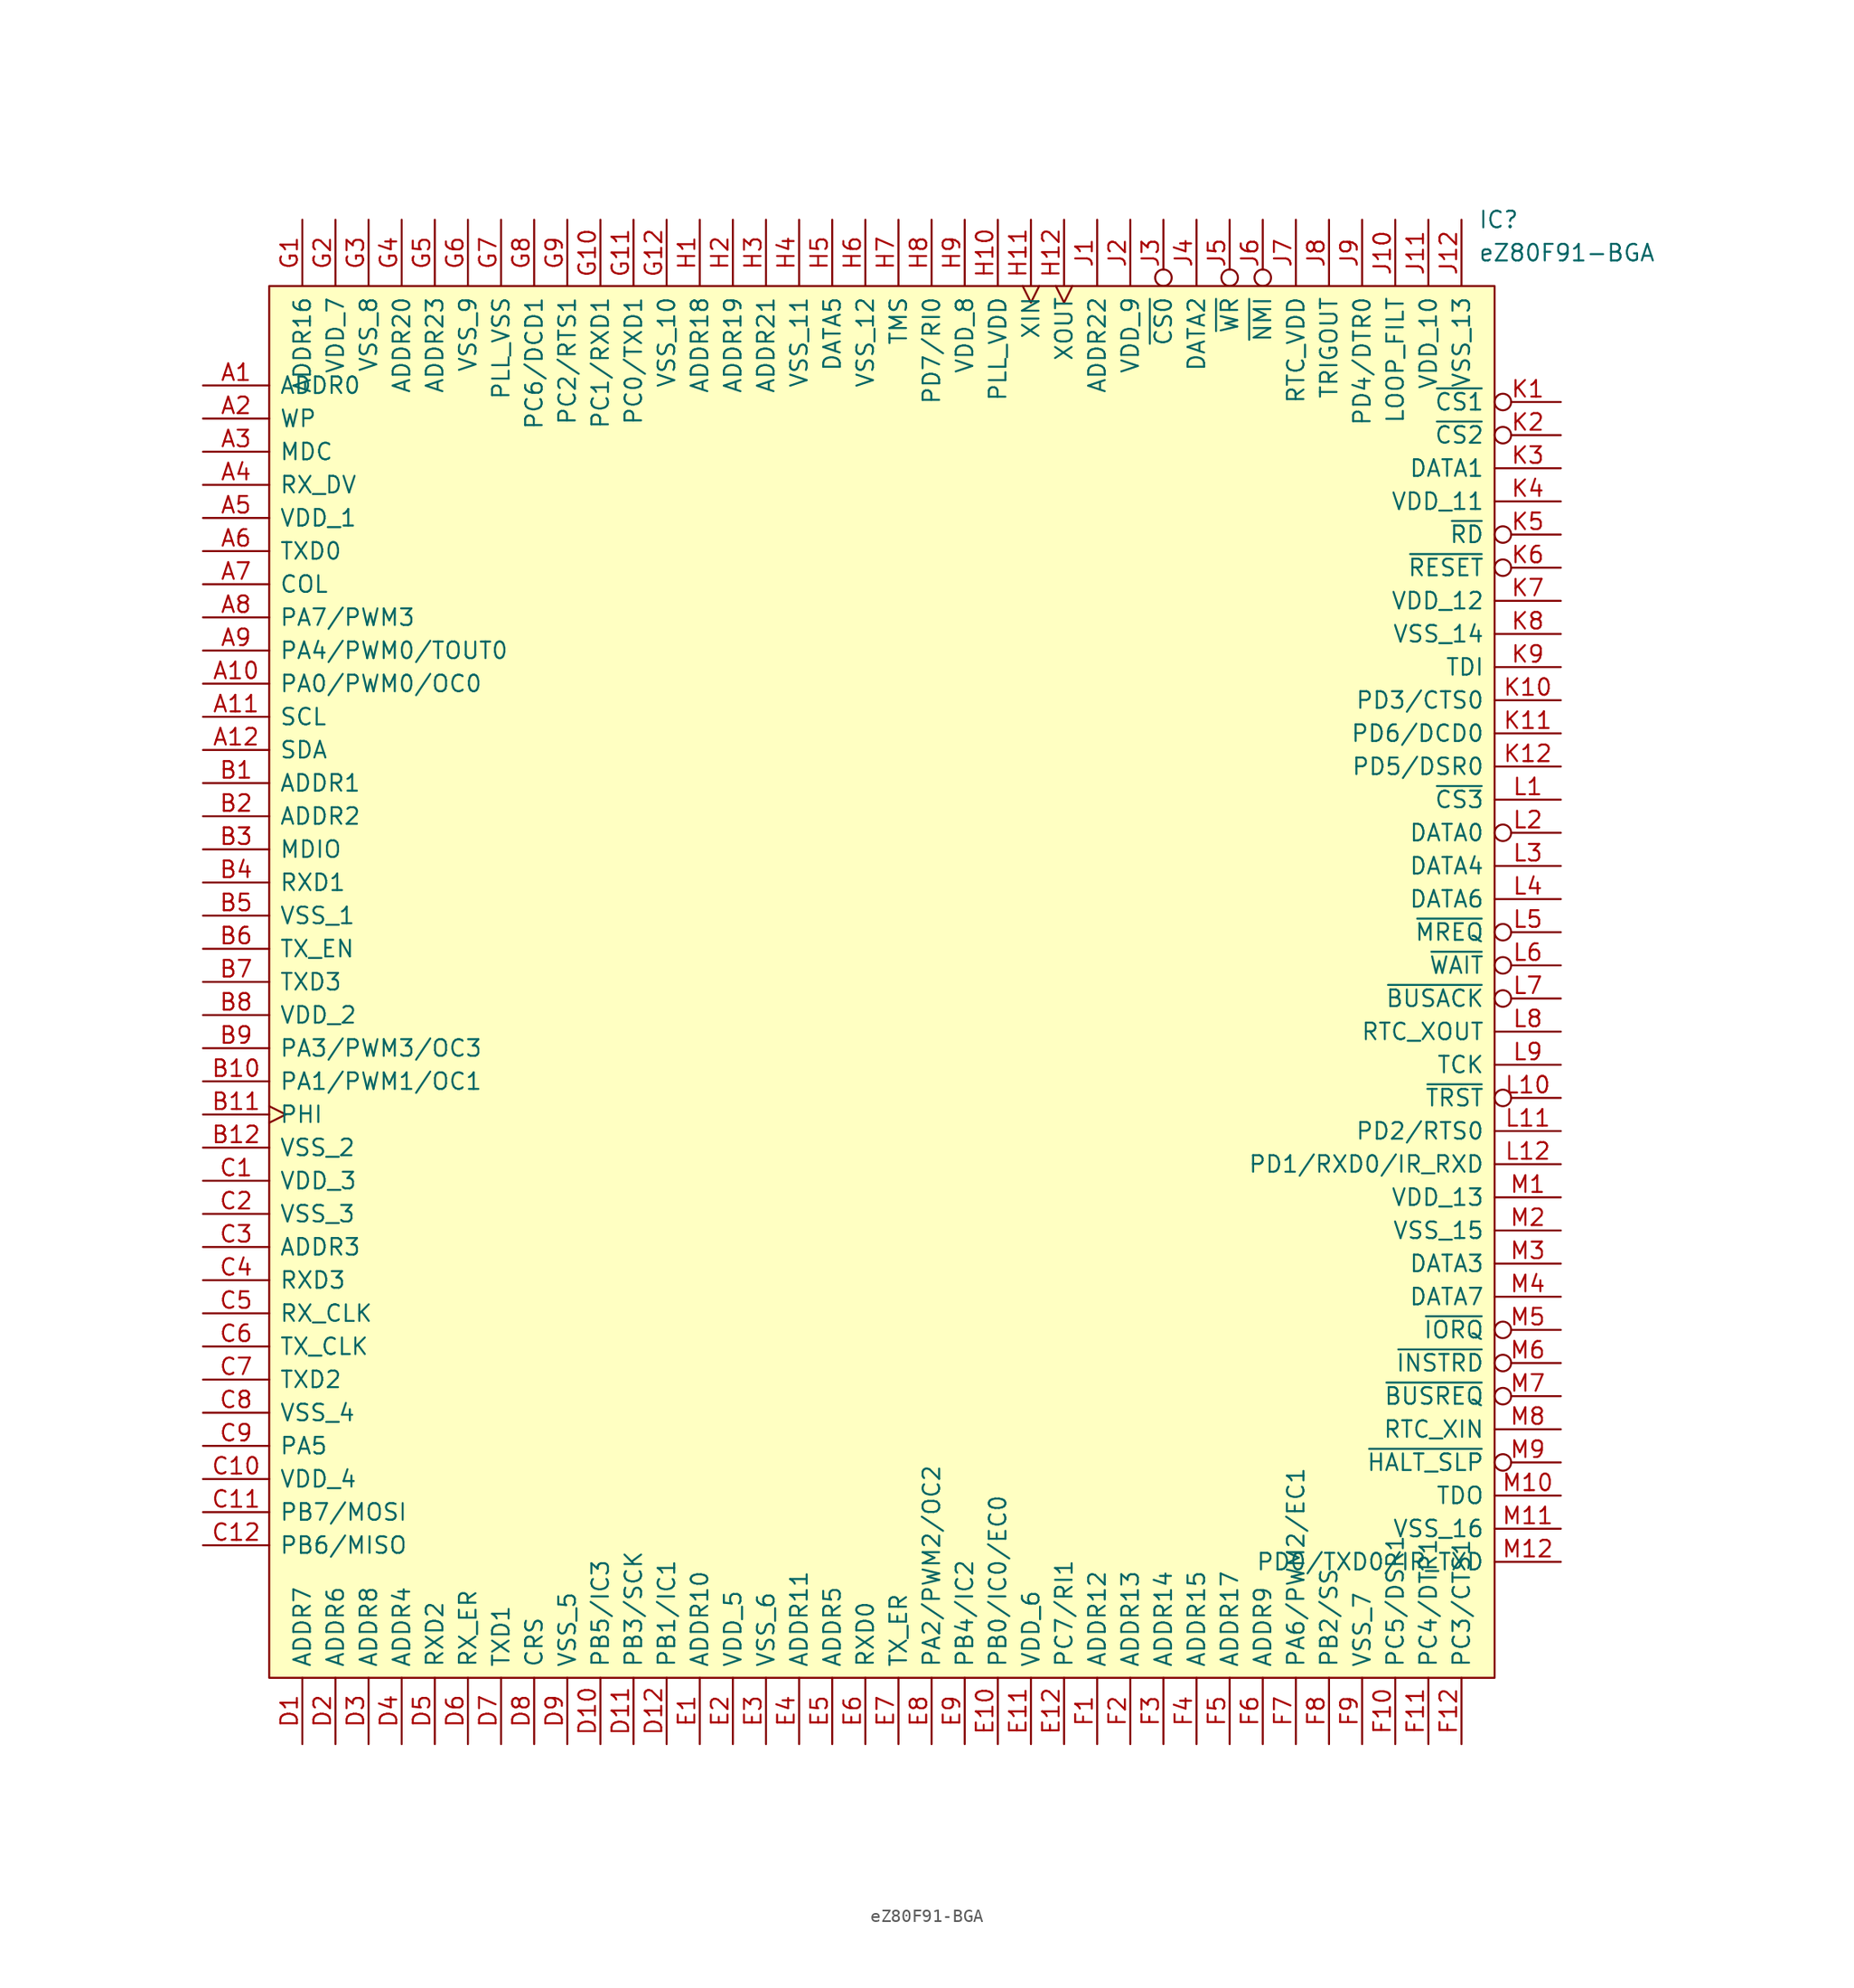
<source format=kicad_sym>
(kicad_symbol_lib
  (version 20211014)
  (generator kicad_symbol_editor)
  (symbol "eZ80F91-BGA"
    (pin_names
      (offset 0.762))
    (property "Reference" "IC"
      (at 92.71 5.08 0)
      (effects (font (size 1.27 1.27)) (justify left)))
    (property "Value" "eZ80F91-BGA"
      (at 92.71 2.54 0)
      (effects (font (size 1.27 1.27)) (justify left)))
    (symbol "eZ80F91-BGA_0_0"
      (pin bidirectional line (at -5.08 -7.62 0) (length 5.08) (name "ADDR0" (effects (font (size 1.27 1.27)))) (number "A1" (effects (font (size 1.27 1.27)))))
      (pin bidirectional line (at -5.08 -30.48 0) (length 5.08) (name "PA0/PWM0/OC0" (effects (font (size 1.27 1.27)))) (number "A10" (effects (font (size 1.27 1.27)))))
      (pin bidirectional line (at -5.08 -33.02 0) (length 5.08) (name "SCL" (effects (font (size 1.27 1.27)))) (number "A11" (effects (font (size 1.27 1.27)))))
      (pin bidirectional line (at -5.08 -35.56 0) (length 5.08) (name "SDA" (effects (font (size 1.27 1.27)))) (number "A12" (effects (font (size 1.27 1.27)))))
      (pin bidirectional line (at -5.08 -10.16 0) (length 5.08) (name "WP" (effects (font (size 1.27 1.27)))) (number "A2" (effects (font (size 1.27 1.27)))))
      (pin output line (at -5.08 -12.7 0) (length 5.08) (name "MDC" (effects (font (size 1.27 1.27)))) (number "A3" (effects (font (size 1.27 1.27)))))
      (pin input line (at -5.08 -15.24 0) (length 5.08) (name "RX_DV" (effects (font (size 1.27 1.27)))) (number "A4" (effects (font (size 1.27 1.27)))))
      (pin power_in line (at -5.08 -17.78 0) (length 5.08) (name "VDD_1" (effects (font (size 1.27 1.27)))) (number "A5" (effects (font (size 1.27 1.27)))))
      (pin output line (at -5.08 -20.32 0) (length 5.08) (name "TXD0" (effects (font (size 1.27 1.27)))) (number "A6" (effects (font (size 1.27 1.27)))))
      (pin input line (at -5.08 -22.86 0) (length 5.08) (name "COL" (effects (font (size 1.27 1.27)))) (number "A7" (effects (font (size 1.27 1.27)))))
      (pin bidirectional line (at -5.08 -25.4 0) (length 5.08) (name "PA7/PWM3" (effects (font (size 1.27 1.27)))) (number "A8" (effects (font (size 1.27 1.27)))))
      (pin bidirectional line (at -5.08 -27.94 0) (length 5.08) (name "PA4/PWM0/TOUT0" (effects (font (size 1.27 1.27)))) (number "A9" (effects (font (size 1.27 1.27)))))
      (pin bidirectional line (at -5.08 -38.1 0) (length 5.08) (name "ADDR1" (effects (font (size 1.27 1.27)))) (number "B1" (effects (font (size 1.27 1.27)))))
      (pin bidirectional line (at -5.08 -60.96 0) (length 5.08) (name "PA1/PWM1/OC1" (effects (font (size 1.27 1.27)))) (number "B10" (effects (font (size 1.27 1.27)))))
      (pin output clock (at -5.08 -63.5 0) (length 5.08) (name "PHI" (effects (font (size 1.27 1.27)))) (number "B11" (effects (font (size 1.27 1.27)))))
      (pin power_in line (at -5.08 -66.04 0) (length 5.08) (name "VSS_2" (effects (font (size 1.27 1.27)))) (number "B12" (effects (font (size 1.27 1.27)))))
      (pin bidirectional line (at -5.08 -40.64 0) (length 5.08) (name "ADDR2" (effects (font (size 1.27 1.27)))) (number "B2" (effects (font (size 1.27 1.27)))))
      (pin bidirectional line (at -5.08 -43.18 0) (length 5.08) (name "MDIO" (effects (font (size 1.27 1.27)))) (number "B3" (effects (font (size 1.27 1.27)))))
      (pin input line (at -5.08 -45.72 0) (length 5.08) (name "RXD1" (effects (font (size 1.27 1.27)))) (number "B4" (effects (font (size 1.27 1.27)))))
      (pin power_in line (at -5.08 -48.26 0) (length 5.08) (name "VSS_1" (effects (font (size 1.27 1.27)))) (number "B5" (effects (font (size 1.27 1.27)))))
      (pin output line (at -5.08 -50.8 0) (length 5.08) (name "TX_EN" (effects (font (size 1.27 1.27)))) (number "B6" (effects (font (size 1.27 1.27)))))
      (pin output line (at -5.08 -53.34 0) (length 5.08) (name "TXD3" (effects (font (size 1.27 1.27)))) (number "B7" (effects (font (size 1.27 1.27)))))
      (pin power_in line (at -5.08 -55.88 0) (length 5.08) (name "VDD_2" (effects (font (size 1.27 1.27)))) (number "B8" (effects (font (size 1.27 1.27)))))
      (pin bidirectional line (at -5.08 -58.42 0) (length 5.08) (name "PA3/PWM3/OC3" (effects (font (size 1.27 1.27)))) (number "B9" (effects (font (size 1.27 1.27)))))
      (pin power_in line (at -5.08 -68.58 0) (length 5.08) (name "VDD_3" (effects (font (size 1.27 1.27)))) (number "C1" (effects (font (size 1.27 1.27)))))
      (pin power_in line (at -5.08 -91.44 0) (length 5.08) (name "VDD_4" (effects (font (size 1.27 1.27)))) (number "C10" (effects (font (size 1.27 1.27)))))
      (pin bidirectional line (at -5.08 -93.98 0) (length 5.08) (name "PB7/MOSI" (effects (font (size 1.27 1.27)))) (number "C11" (effects (font (size 1.27 1.27)))))
      (pin bidirectional line (at -5.08 -96.52 0) (length 5.08) (name "PB6/MISO" (effects (font (size 1.27 1.27)))) (number "C12" (effects (font (size 1.27 1.27)))))
      (pin power_in line (at -5.08 -71.12 0) (length 5.08) (name "VSS_3" (effects (font (size 1.27 1.27)))) (number "C2" (effects (font (size 1.27 1.27)))))
      (pin bidirectional line (at -5.08 -73.66 0) (length 5.08) (name "ADDR3" (effects (font (size 1.27 1.27)))) (number "C3" (effects (font (size 1.27 1.27)))))
      (pin input line (at -5.08 -76.2 0) (length 5.08) (name "RXD3" (effects (font (size 1.27 1.27)))) (number "C4" (effects (font (size 1.27 1.27)))))
      (pin input line (at -5.08 -78.74 0) (length 5.08) (name "RX_CLK" (effects (font (size 1.27 1.27)))) (number "C5" (effects (font (size 1.27 1.27)))))
      (pin input line (at -5.08 -81.28 0) (length 5.08) (name "TX_CLK" (effects (font (size 1.27 1.27)))) (number "C6" (effects (font (size 1.27 1.27)))))
      (pin output line (at -5.08 -83.82 0) (length 5.08) (name "TXD2" (effects (font (size 1.27 1.27)))) (number "C7" (effects (font (size 1.27 1.27)))))
      (pin power_in line (at -5.08 -86.36 0) (length 5.08) (name "VSS_4" (effects (font (size 1.27 1.27)))) (number "C8" (effects (font (size 1.27 1.27)))))
      (pin bidirectional line (at -5.08 -88.9 0) (length 5.08) (name "PA5" (effects (font (size 1.27 1.27)))) (number "C9" (effects (font (size 1.27 1.27)))))
      (pin bidirectional line (at 2.54 -111.76 90) (length 5.08) (name "ADDR7" (effects (font (size 1.27 1.27)))) (number "D1" (effects (font (size 1.27 1.27)))))
      (pin bidirectional line (at 25.4 -111.76 90) (length 5.08) (name "PB5/IC3" (effects (font (size 1.27 1.27)))) (number "D10" (effects (font (size 1.27 1.27)))))
      (pin bidirectional line (at 27.94 -111.76 90) (length 5.08) (name "PB3/SCK" (effects (font (size 1.27 1.27)))) (number "D11" (effects (font (size 1.27 1.27)))))
      (pin bidirectional line (at 30.48 -111.76 90) (length 5.08) (name "PB1/IC1" (effects (font (size 1.27 1.27)))) (number "D12" (effects (font (size 1.27 1.27)))))
      (pin bidirectional line (at 5.08 -111.76 90) (length 5.08) (name "ADDR6" (effects (font (size 1.27 1.27)))) (number "D2" (effects (font (size 1.27 1.27)))))
      (pin bidirectional line (at 7.62 -111.76 90) (length 5.08) (name "ADDR8" (effects (font (size 1.27 1.27)))) (number "D3" (effects (font (size 1.27 1.27)))))
      (pin bidirectional line (at 10.16 -111.76 90) (length 5.08) (name "ADDR4" (effects (font (size 1.27 1.27)))) (number "D4" (effects (font (size 1.27 1.27)))))
      (pin input line (at 12.7 -111.76 90) (length 5.08) (name "RXD2" (effects (font (size 1.27 1.27)))) (number "D5" (effects (font (size 1.27 1.27)))))
      (pin input line (at 15.24 -111.76 90) (length 5.08) (name "RX_ER" (effects (font (size 1.27 1.27)))) (number "D6" (effects (font (size 1.27 1.27)))))
      (pin output line (at 17.78 -111.76 90) (length 5.08) (name "TXD1" (effects (font (size 1.27 1.27)))) (number "D7" (effects (font (size 1.27 1.27)))))
      (pin input line (at 20.32 -111.76 90) (length 5.08) (name "CRS" (effects (font (size 1.27 1.27)))) (number "D8" (effects (font (size 1.27 1.27)))))
      (pin power_in line (at 22.86 -111.76 90) (length 5.08) (name "VSS_5" (effects (font (size 1.27 1.27)))) (number "D9" (effects (font (size 1.27 1.27)))))
      (pin bidirectional line (at 33.02 -111.76 90) (length 5.08) (name "ADDR10" (effects (font (size 1.27 1.27)))) (number "E1" (effects (font (size 1.27 1.27)))))
      (pin bidirectional line (at 55.88 -111.76 90) (length 5.08) (name "PB0/IC0/EC0" (effects (font (size 1.27 1.27)))) (number "E10" (effects (font (size 1.27 1.27)))))
      (pin input line (at 58.42 -111.76 90) (length 5.08) (name "VDD_6" (effects (font (size 1.27 1.27)))) (number "E11" (effects (font (size 1.27 1.27)))))
      (pin bidirectional line (at 60.96 -111.76 90) (length 5.08) (name "PC7/RI1" (effects (font (size 1.27 1.27)))) (number "E12" (effects (font (size 1.27 1.27)))))
      (pin power_in line (at 35.56 -111.76 90) (length 5.08) (name "VDD_5" (effects (font (size 1.27 1.27)))) (number "E2" (effects (font (size 1.27 1.27)))))
      (pin power_in line (at 38.1 -111.76 90) (length 5.08) (name "VSS_6" (effects (font (size 1.27 1.27)))) (number "E3" (effects (font (size 1.27 1.27)))))
      (pin bidirectional line (at 40.64 -111.76 90) (length 5.08) (name "ADDR11" (effects (font (size 1.27 1.27)))) (number "E4" (effects (font (size 1.27 1.27)))))
      (pin bidirectional line (at 43.18 -111.76 90) (length 5.08) (name "ADDR5" (effects (font (size 1.27 1.27)))) (number "E5" (effects (font (size 1.27 1.27)))))
      (pin bidirectional line (at 45.72 -111.76 90) (length 5.08) (name "RXD0" (effects (font (size 1.27 1.27)))) (number "E6" (effects (font (size 1.27 1.27)))))
      (pin output line (at 48.26 -111.76 90) (length 5.08) (name "TX_ER" (effects (font (size 1.27 1.27)))) (number "E7" (effects (font (size 1.27 1.27)))))
      (pin bidirectional line (at 50.8 -111.76 90) (length 5.08) (name "PA2/PWM2/OC2" (effects (font (size 1.27 1.27)))) (number "E8" (effects (font (size 1.27 1.27)))))
      (pin bidirectional line (at 53.34 -111.76 90) (length 5.08) (name "PB4/IC2" (effects (font (size 1.27 1.27)))) (number "E9" (effects (font (size 1.27 1.27)))))
      (pin bidirectional line (at 63.5 -111.76 90) (length 5.08) (name "ADDR12" (effects (font (size 1.27 1.27)))) (number "F1" (effects (font (size 1.27 1.27)))))
      (pin bidirectional line (at 86.36 -111.76 90) (length 5.08) (name "PC5/DSR1" (effects (font (size 1.27 1.27)))) (number "F10" (effects (font (size 1.27 1.27)))))
      (pin bidirectional line (at 88.9 -111.76 90) (length 5.08) (name "PC4/DTR1" (effects (font (size 1.27 1.27)))) (number "F11" (effects (font (size 1.27 1.27)))))
      (pin bidirectional line (at 91.44 -111.76 90) (length 5.08) (name "PC3/CTS1" (effects (font (size 1.27 1.27)))) (number "F12" (effects (font (size 1.27 1.27)))))
      (pin bidirectional line (at 66.04 -111.76 90) (length 5.08) (name "ADDR13" (effects (font (size 1.27 1.27)))) (number "F2" (effects (font (size 1.27 1.27)))))
      (pin bidirectional line (at 68.58 -111.76 90) (length 5.08) (name "ADDR14" (effects (font (size 1.27 1.27)))) (number "F3" (effects (font (size 1.27 1.27)))))
      (pin bidirectional line (at 71.12 -111.76 90) (length 5.08) (name "ADDR15" (effects (font (size 1.27 1.27)))) (number "F4" (effects (font (size 1.27 1.27)))))
      (pin bidirectional line (at 73.66 -111.76 90) (length 5.08) (name "ADDR17" (effects (font (size 1.27 1.27)))) (number "F5" (effects (font (size 1.27 1.27)))))
      (pin bidirectional line (at 76.2 -111.76 90) (length 5.08) (name "ADDR9" (effects (font (size 1.27 1.27)))) (number "F6" (effects (font (size 1.27 1.27)))))
      (pin bidirectional line (at 78.74 -111.76 90) (length 5.08) (name "PA6/PWM2/EC1" (effects (font (size 1.27 1.27)))) (number "F7" (effects (font (size 1.27 1.27)))))
      (pin bidirectional line (at 81.28 -111.76 90) (length 5.08) (name "PB2/SS" (effects (font (size 1.27 1.27)))) (number "F8" (effects (font (size 1.27 1.27)))))
      (pin power_in line (at 83.82 -111.76 90) (length 5.08) (name "VSS_7" (effects (font (size 1.27 1.27)))) (number "F9" (effects (font (size 1.27 1.27)))))
      (pin bidirectional line (at 2.54 5.08 270) (length 5.08) (name "ADDR16" (effects (font (size 1.27 1.27)))) (number "G1" (effects (font (size 1.27 1.27)))))
      (pin bidirectional line (at 25.4 5.08 270) (length 5.08) (name "PC1/RXD1" (effects (font (size 1.27 1.27)))) (number "G10" (effects (font (size 1.27 1.27)))))
      (pin bidirectional line (at 27.94 5.08 270) (length 5.08) (name "PC0/TXD1" (effects (font (size 1.27 1.27)))) (number "G11" (effects (font (size 1.27 1.27)))))
      (pin power_in line (at 30.48 5.08 270) (length 5.08) (name "VSS_10" (effects (font (size 1.27 1.27)))) (number "G12" (effects (font (size 1.27 1.27)))))
      (pin power_in line (at 5.08 5.08 270) (length 5.08) (name "VDD_7" (effects (font (size 1.27 1.27)))) (number "G2" (effects (font (size 1.27 1.27)))))
      (pin power_in line (at 7.62 5.08 270) (length 5.08) (name "VSS_8" (effects (font (size 1.27 1.27)))) (number "G3" (effects (font (size 1.27 1.27)))))
      (pin bidirectional line (at 10.16 5.08 270) (length 5.08) (name "ADDR20" (effects (font (size 1.27 1.27)))) (number "G4" (effects (font (size 1.27 1.27)))))
      (pin bidirectional line (at 12.7 5.08 270) (length 5.08) (name "ADDR23" (effects (font (size 1.27 1.27)))) (number "G5" (effects (font (size 1.27 1.27)))))
      (pin power_in line (at 15.24 5.08 270) (length 5.08) (name "VSS_9" (effects (font (size 1.27 1.27)))) (number "G6" (effects (font (size 1.27 1.27)))))
      (pin bidirectional line (at 17.78 5.08 270) (length 5.08) (name "PLL_VSS" (effects (font (size 1.27 1.27)))) (number "G7" (effects (font (size 1.27 1.27)))))
      (pin bidirectional line (at 20.32 5.08 270) (length 5.08) (name "PC6/DCD1" (effects (font (size 1.27 1.27)))) (number "G8" (effects (font (size 1.27 1.27)))))
      (pin bidirectional line (at 22.86 5.08 270) (length 5.08) (name "PC2/RTS1" (effects (font (size 1.27 1.27)))) (number "G9" (effects (font (size 1.27 1.27)))))
      (pin bidirectional line (at 33.02 5.08 270) (length 5.08) (name "ADDR18" (effects (font (size 1.27 1.27)))) (number "H1" (effects (font (size 1.27 1.27)))))
      (pin power_in line (at 55.88 5.08 270) (length 5.08) (name "PLL_VDD" (effects (font (size 1.27 1.27)))) (number "H10" (effects (font (size 1.27 1.27)))))
      (pin input clock (at 58.42 5.08 270) (length 5.08) (name "XIN" (effects (font (size 1.27 1.27)))) (number "H11" (effects (font (size 1.27 1.27)))))
      (pin output clock (at 60.96 5.08 270) (length 5.08) (name "XOUT" (effects (font (size 1.27 1.27)))) (number "H12" (effects (font (size 1.27 1.27)))))
      (pin bidirectional line (at 35.56 5.08 270) (length 5.08) (name "ADDR19" (effects (font (size 1.27 1.27)))) (number "H2" (effects (font (size 1.27 1.27)))))
      (pin bidirectional line (at 38.1 5.08 270) (length 5.08) (name "ADDR21" (effects (font (size 1.27 1.27)))) (number "H3" (effects (font (size 1.27 1.27)))))
      (pin power_in line (at 40.64 5.08 270) (length 5.08) (name "VSS_11" (effects (font (size 1.27 1.27)))) (number "H4" (effects (font (size 1.27 1.27)))))
      (pin bidirectional line (at 43.18 5.08 270) (length 5.08) (name "DATA5" (effects (font (size 1.27 1.27)))) (number "H5" (effects (font (size 1.27 1.27)))))
      (pin power_in line (at 45.72 5.08 270) (length 5.08) (name "VSS_12" (effects (font (size 1.27 1.27)))) (number "H6" (effects (font (size 1.27 1.27)))))
      (pin input line (at 48.26 5.08 270) (length 5.08) (name "TMS" (effects (font (size 1.27 1.27)))) (number "H7" (effects (font (size 1.27 1.27)))))
      (pin bidirectional line (at 50.8 5.08 270) (length 5.08) (name "PD7/RI0" (effects (font (size 1.27 1.27)))) (number "H8" (effects (font (size 1.27 1.27)))))
      (pin power_in line (at 53.34 5.08 270) (length 5.08) (name "VDD_8" (effects (font (size 1.27 1.27)))) (number "H9" (effects (font (size 1.27 1.27)))))
      (pin bidirectional line (at 63.5 5.08 270) (length 5.08) (name "ADDR22" (effects (font (size 1.27 1.27)))) (number "J1" (effects (font (size 1.27 1.27)))))
      (pin bidirectional line (at 86.36 5.08 270) (length 5.08) (name "LOOP_FILT" (effects (font (size 1.27 1.27)))) (number "J10" (effects (font (size 1.27 1.27)))))
      (pin power_in line (at 88.9 5.08 270) (length 5.08) (name "VDD_10" (effects (font (size 1.27 1.27)))) (number "J11" (effects (font (size 1.27 1.27)))))
      (pin power_in line (at 91.44 5.08 270) (length 5.08) (name "VSS_13" (effects (font (size 1.27 1.27)))) (number "J12" (effects (font (size 1.27 1.27)))))
      (pin power_in line (at 66.04 5.08 270) (length 5.08) (name "VDD_9" (effects (font (size 1.27 1.27)))) (number "J2" (effects (font (size 1.27 1.27)))))
      (pin output inverted (at 68.58 5.08 270) (length 5.08) (name "~{CS0}" (effects (font (size 1.27 1.27)))) (number "J3" (effects (font (size 1.27 1.27)))))
      (pin bidirectional line (at 71.12 5.08 270) (length 5.08) (name "DATA2" (effects (font (size 1.27 1.27)))) (number "J4" (effects (font (size 1.27 1.27)))))
      (pin output inverted (at 73.66 5.08 270) (length 5.08) (name "~{WR}" (effects (font (size 1.27 1.27)))) (number "J5" (effects (font (size 1.27 1.27)))))
      (pin input inverted (at 76.2 5.08 270) (length 5.08) (name "~{NMI}" (effects (font (size 1.27 1.27)))) (number "J6" (effects (font (size 1.27 1.27)))))
      (pin power_in line (at 78.74 5.08 270) (length 5.08) (name "RTC_VDD" (effects (font (size 1.27 1.27)))) (number "J7" (effects (font (size 1.27 1.27)))))
      (pin output line (at 81.28 5.08 270) (length 5.08) (name "TRIGOUT" (effects (font (size 1.27 1.27)))) (number "J8" (effects (font (size 1.27 1.27)))))
      (pin bidirectional line (at 83.82 5.08 270) (length 5.08) (name "PD4/DTR0" (effects (font (size 1.27 1.27)))) (number "J9" (effects (font (size 1.27 1.27)))))
      (pin output inverted (at 99.06 -8.89 180) (length 5.08) (name "~{CS1}" (effects (font (size 1.27 1.27)))) (number "K1" (effects (font (size 1.27 1.27)))))
      (pin bidirectional line (at 99.06 -31.75 180) (length 5.08) (name "PD3/CTS0" (effects (font (size 1.27 1.27)))) (number "K10" (effects (font (size 1.27 1.27)))))
      (pin bidirectional line (at 99.06 -34.29 180) (length 5.08) (name "PD6/DCD0" (effects (font (size 1.27 1.27)))) (number "K11" (effects (font (size 1.27 1.27)))))
      (pin bidirectional line (at 99.06 -36.83 180) (length 5.08) (name "PD5/DSR0" (effects (font (size 1.27 1.27)))) (number "K12" (effects (font (size 1.27 1.27)))))
      (pin output inverted (at 99.06 -11.43 180) (length 5.08) (name "~{CS2}" (effects (font (size 1.27 1.27)))) (number "K2" (effects (font (size 1.27 1.27)))))
      (pin bidirectional line (at 99.06 -13.97 180) (length 5.08) (name "DATA1" (effects (font (size 1.27 1.27)))) (number "K3" (effects (font (size 1.27 1.27)))))
      (pin power_in line (at 99.06 -16.51 180) (length 5.08) (name "VDD_11" (effects (font (size 1.27 1.27)))) (number "K4" (effects (font (size 1.27 1.27)))))
      (pin output inverted (at 99.06 -19.05 180) (length 5.08) (name "~{RD}" (effects (font (size 1.27 1.27)))) (number "K5" (effects (font (size 1.27 1.27)))))
      (pin bidirectional inverted (at 99.06 -21.59 180) (length 5.08) (name "~{RESET}" (effects (font (size 1.27 1.27)))) (number "K6" (effects (font (size 1.27 1.27)))))
      (pin power_in line (at 99.06 -24.13 180) (length 5.08) (name "VDD_12" (effects (font (size 1.27 1.27)))) (number "K7" (effects (font (size 1.27 1.27)))))
      (pin power_in line (at 99.06 -26.67 180) (length 5.08) (name "VSS_14" (effects (font (size 1.27 1.27)))) (number "K8" (effects (font (size 1.27 1.27)))))
      (pin bidirectional line (at 99.06 -29.21 180) (length 5.08) (name "TDI" (effects (font (size 1.27 1.27)))) (number "K9" (effects (font (size 1.27 1.27)))))
      (pin output line (at 99.06 -39.37 180) (length 5.08) (name "~{CS3}" (effects (font (size 1.27 1.27)))) (number "L1" (effects (font (size 1.27 1.27)))))
      (pin input inverted (at 99.06 -62.23 180) (length 5.08) (name "~{TRST}" (effects (font (size 1.27 1.27)))) (number "L10" (effects (font (size 1.27 1.27)))))
      (pin bidirectional line (at 99.06 -64.77 180) (length 5.08) (name "PD2/RTS0" (effects (font (size 1.27 1.27)))) (number "L11" (effects (font (size 1.27 1.27)))))
      (pin bidirectional line (at 99.06 -67.31 180) (length 5.08) (name "PD1/RXD0/IR_RXD" (effects (font (size 1.27 1.27)))) (number "L12" (effects (font (size 1.27 1.27)))))
      (pin bidirectional inverted (at 99.06 -41.91 180) (length 5.08) (name "DATA0" (effects (font (size 1.27 1.27)))) (number "L2" (effects (font (size 1.27 1.27)))))
      (pin bidirectional line (at 99.06 -44.45 180) (length 5.08) (name "DATA4" (effects (font (size 1.27 1.27)))) (number "L3" (effects (font (size 1.27 1.27)))))
      (pin bidirectional line (at 99.06 -46.99 180) (length 5.08) (name "DATA6" (effects (font (size 1.27 1.27)))) (number "L4" (effects (font (size 1.27 1.27)))))
      (pin bidirectional inverted (at 99.06 -49.53 180) (length 5.08) (name "~{MREQ}" (effects (font (size 1.27 1.27)))) (number "L5" (effects (font (size 1.27 1.27)))))
      (pin input inverted (at 99.06 -52.07 180) (length 5.08) (name "~{WAIT}" (effects (font (size 1.27 1.27)))) (number "L6" (effects (font (size 1.27 1.27)))))
      (pin output inverted (at 99.06 -54.61 180) (length 5.08) (name "~{BUSACK}" (effects (font (size 1.27 1.27)))) (number "L7" (effects (font (size 1.27 1.27)))))
      (pin output line (at 99.06 -57.15 180) (length 5.08) (name "RTC_XOUT" (effects (font (size 1.27 1.27)))) (number "L8" (effects (font (size 1.27 1.27)))))
      (pin input line (at 99.06 -59.69 180) (length 5.08) (name "TCK" (effects (font (size 1.27 1.27)))) (number "L9" (effects (font (size 1.27 1.27)))))
      (pin power_in line (at 99.06 -69.85 180) (length 5.08) (name "VDD_13" (effects (font (size 1.27 1.27)))) (number "M1" (effects (font (size 1.27 1.27)))))
      (pin output line (at 99.06 -92.71 180) (length 5.08) (name "TDO" (effects (font (size 1.27 1.27)))) (number "M10" (effects (font (size 1.27 1.27)))))
      (pin power_in line (at 99.06 -95.25 180) (length 5.08) (name "VSS_16" (effects (font (size 1.27 1.27)))) (number "M11" (effects (font (size 1.27 1.27)))))
      (pin bidirectional line (at 99.06 -97.79 180) (length 5.08) (name "PD0/TXD0/IR_TXD" (effects (font (size 1.27 1.27)))) (number "M12" (effects (font (size 1.27 1.27)))))
      (pin power_in line (at 99.06 -72.39 180) (length 5.08) (name "VSS_15" (effects (font (size 1.27 1.27)))) (number "M2" (effects (font (size 1.27 1.27)))))
      (pin bidirectional line (at 99.06 -74.93 180) (length 5.08) (name "DATA3" (effects (font (size 1.27 1.27)))) (number "M3" (effects (font (size 1.27 1.27)))))
      (pin bidirectional line (at 99.06 -77.47 180) (length 5.08) (name "DATA7" (effects (font (size 1.27 1.27)))) (number "M4" (effects (font (size 1.27 1.27)))))
      (pin bidirectional inverted (at 99.06 -80.01 180) (length 5.08) (name "~{IORQ}" (effects (font (size 1.27 1.27)))) (number "M5" (effects (font (size 1.27 1.27)))))
      (pin output inverted (at 99.06 -82.55 180) (length 5.08) (name "~{INSTRD}" (effects (font (size 1.27 1.27)))) (number "M6" (effects (font (size 1.27 1.27)))))
      (pin input inverted (at 99.06 -85.09 180) (length 5.08) (name "~{BUSREQ}" (effects (font (size 1.27 1.27)))) (number "M7" (effects (font (size 1.27 1.27)))))
      (pin input line (at 99.06 -87.63 180) (length 5.08) (name "RTC_XIN" (effects (font (size 1.27 1.27)))) (number "M8" (effects (font (size 1.27 1.27)))))
      (pin output inverted (at 99.06 -90.17 180) (length 5.08) (name "~{HALT_SLP}" (effects (font (size 1.27 1.27)))) (number "M9" (effects (font (size 1.27 1.27))))))
    (symbol "eZ80F91-BGA_0_1"
      (rectangle (start 0 0) (end 93.98 -106.68) (stroke (width 0) (type solid)) (fill (type background))))))
</source>
